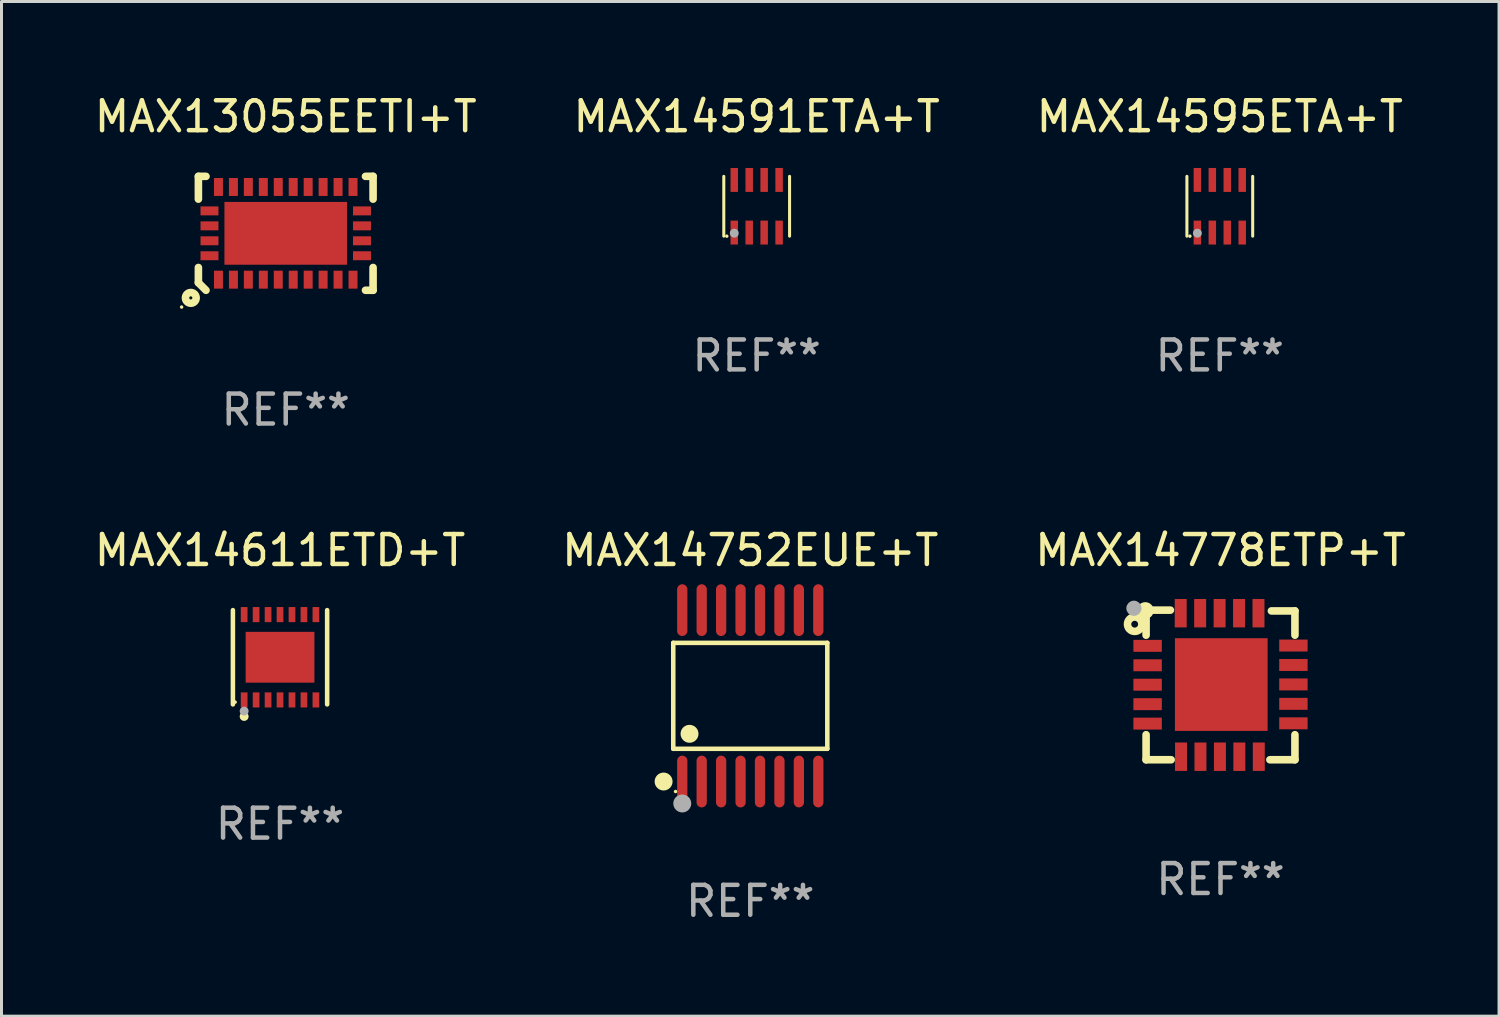
<source format=kicad_pcb>
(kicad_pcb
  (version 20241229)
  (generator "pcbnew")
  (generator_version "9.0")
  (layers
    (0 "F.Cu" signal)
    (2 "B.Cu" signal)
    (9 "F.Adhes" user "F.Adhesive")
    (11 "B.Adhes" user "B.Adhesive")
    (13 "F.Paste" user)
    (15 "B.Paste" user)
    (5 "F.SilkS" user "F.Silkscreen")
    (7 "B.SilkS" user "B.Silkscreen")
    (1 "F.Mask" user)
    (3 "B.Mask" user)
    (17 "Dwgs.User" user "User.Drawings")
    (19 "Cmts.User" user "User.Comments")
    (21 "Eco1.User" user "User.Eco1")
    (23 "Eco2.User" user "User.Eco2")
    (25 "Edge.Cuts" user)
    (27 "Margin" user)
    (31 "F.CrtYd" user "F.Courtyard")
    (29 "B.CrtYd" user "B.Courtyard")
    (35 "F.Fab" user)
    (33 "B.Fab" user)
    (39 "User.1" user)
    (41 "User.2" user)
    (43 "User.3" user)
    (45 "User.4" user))
  (footprint "MAX14611ETD+T"
    (layer "F.Cu")
    (at 6.315 18.931)
    (property "Reference" "MAX14611ETD+T" (at 0 -3.576 0) (layer "F.SilkS") (effects (font (size 1 1) (thickness 0.15))))
    (attr through_hole)
    (fp_line (start -1.576 1.576) (end -1.576 -1.576) (stroke (width 0.152) (type solid)) (layer "F.SilkS"))
    (fp_line (start 1.576 1.576) (end 1.576 -1.576) (stroke (width 0.152) (type solid)) (layer "F.SilkS"))
    (fp_circle (center -1.5 1.5) (end -1.47 1.5) (stroke (width 0.06) (type solid)) (fill no) (layer "F.SilkS"))
    (fp_circle (center -1.2 1.98) (end -1.125 1.98) (stroke (width 0.15) (type solid)) (fill no) (layer "F.SilkS"))
    (fp_circle (center -1.2 1.8) (end -1.125 1.8) (stroke (width 0.15) (type solid)) (fill no) (layer "F.Fab"))
    (fp_text user "REF**" (at 0 5.576 0) (layer "F.Fab") (effects (font (size 1 1) (thickness 0.15))))
    (pad "1" smd rect (at -1.2 1.427) (size 0.224 0.505) (layers "F.Cu" "F.Mask" "F.Paste"))
    (pad "2" smd rect (at -0.8 1.427) (size 0.224 0.505) (layers "F.Cu" "F.Mask" "F.Paste"))
    (pad "3" smd rect (at -0.4 1.427) (size 0.224 0.505) (layers "F.Cu" "F.Mask" "F.Paste"))
    (pad "4" smd rect (at 0 1.427) (size 0.224 0.505) (layers "F.Cu" "F.Mask" "F.Paste"))
    (pad "5" smd rect (at 0.4 1.427) (size 0.224 0.505) (layers "F.Cu" "F.Mask" "F.Paste"))
    (pad "6" smd rect (at 0.8 1.427) (size 0.224 0.505) (layers "F.Cu" "F.Mask" "F.Paste"))
    (pad "7" smd rect (at 1.2 1.427) (size 0.224 0.505) (layers "F.Cu" "F.Mask" "F.Paste"))
    (pad "8" smd rect (at 1.2 -1.427) (size 0.224 0.505) (layers "F.Cu" "F.Mask" "F.Paste"))
    (pad "9" smd rect (at 0.8 -1.427) (size 0.224 0.505) (layers "F.Cu" "F.Mask" "F.Paste"))
    (pad "10" smd rect (at 0.4 -1.427) (size 0.224 0.505) (layers "F.Cu" "F.Mask" "F.Paste"))
    (pad "11" smd rect (at 0 -1.427) (size 0.224 0.505) (layers "F.Cu" "F.Mask" "F.Paste"))
    (pad "12" smd rect (at -0.4 -1.427) (size 0.224 0.505) (layers "F.Cu" "F.Mask" "F.Paste"))
    (pad "13" smd rect (at -0.8 -1.427) (size 0.224 0.505) (layers "F.Cu" "F.Mask" "F.Paste"))
    (pad "14" smd rect (at -1.2 -1.427) (size 0.224 0.505) (layers "F.Cu" "F.Mask" "F.Paste"))
    (pad "15" smd rect (at 0 0) (size 2.3 1.7) (layers "F.Cu" "F.Mask" "F.Paste")))
  (footprint "MAX14591ETA+T"
    (layer "F.Cu")
    (at 22.256 3.848)
    (property "Reference" "MAX14591ETA+T" (at 0 -3 0) (layer "F.SilkS") (effects (font (size 1 1) (thickness 0.15))))
    (attr through_hole)
    (fp_line (start -1.1 1) (end -1.1 -1) (stroke (width 0.102) (type solid)) (layer "F.SilkS"))
    (fp_line (start 1.1 1) (end 1.1 -1) (stroke (width 0.102) (type solid)) (layer "F.SilkS"))
    (fp_circle (center -1 1) (end -0.97 1) (stroke (width 0.06) (type solid)) (fill no) (layer "F.SilkS"))
    (fp_circle (center -0.75 0.9) (end -0.675 0.9) (stroke (width 0.15) (type solid)) (fill no) (layer "F.Fab"))
    (fp_text user "REF**" (at 0 5 0) (layer "F.Fab") (effects (font (size 1 1) (thickness 0.15))))
    (pad "1" smd rect (at -0.75 0.88) (size 0.25 0.8) (layers "F.Cu" "F.Mask" "F.Paste"))
    (pad "2" smd rect (at -0.25 0.88) (size 0.25 0.8) (layers "F.Cu" "F.Mask" "F.Paste"))
    (pad "3" smd rect (at 0.25 0.88) (size 0.25 0.8) (layers "F.Cu" "F.Mask" "F.Paste"))
    (pad "4" smd rect (at 0.75 0.88) (size 0.25 0.8) (layers "F.Cu" "F.Mask" "F.Paste"))
    (pad "5" smd rect (at 0.75 -0.88) (size 0.25 0.8) (layers "F.Cu" "F.Mask" "F.Paste"))
    (pad "6" smd rect (at 0.25 -0.88) (size 0.25 0.8) (layers "F.Cu" "F.Mask" "F.Paste"))
    (pad "7" smd rect (at -0.25 -0.88) (size 0.25 0.8) (layers "F.Cu" "F.Mask" "F.Paste"))
    (pad "8" smd rect (at -0.75 -0.88) (size 0.25 0.8) (layers "F.Cu" "F.Mask" "F.Paste")))
  (footprint "MAX13055EETI+T"
    (layer "F.Cu")
    (at 6.506 4.753)
    (property "Reference" "MAX13055EETI+T" (at 0 -3.905 0) (layer "F.SilkS") (effects (font (size 1 1) (thickness 0.15))))
    (attr through_hole)
    (fp_line (start -2.921 -1.905) (end -2.667 -1.905) (stroke (width 0.254) (type solid)) (layer "F.SilkS"))
    (fp_line (start -2.921 -1.143) (end -2.921 -1.905) (stroke (width 0.254) (type solid)) (layer "F.SilkS"))
    (fp_line (start -2.921 1.143) (end -2.921 1.651) (stroke (width 0.254) (type solid)) (layer "F.SilkS"))
    (fp_line (start -2.921 1.651) (end -2.667 1.905) (stroke (width 0.254) (type solid)) (layer "F.SilkS"))
    (fp_line (start 2.667 -1.905) (end 2.921 -1.905) (stroke (width 0.254) (type solid)) (layer "F.SilkS"))
    (fp_line (start 2.921 -1.905) (end 2.921 -1.143) (stroke (width 0.254) (type solid)) (layer "F.SilkS"))
    (fp_line (start 2.921 1.143) (end 2.921 1.905) (stroke (width 0.254) (type solid)) (layer "F.SilkS"))
    (fp_line (start 2.921 1.905) (end 2.667 1.905) (stroke (width 0.254) (type solid)) (layer "F.SilkS"))
    (fp_circle (center -3.482 2.466) (end -3.452 2.466) (stroke (width 0.06) (type solid)) (fill no) (layer "F.SilkS"))
    (fp_circle (center -3.175 2.159) (end -2.996 2.159) (stroke (width 0.254) (type solid)) (fill no) (layer "F.SilkS"))
    (fp_text user "REF**" (at 0 5.905 0) (layer "F.Fab") (effects (font (size 1 1) (thickness 0.15))))
    (pad "1" smd rect (at -2.25 1.55) (size 0.3 0.6) (layers "F.Cu" "F.Mask" "F.Paste"))
    (pad "2" smd rect (at -1.75 1.55) (size 0.3 0.6) (layers "F.Cu" "F.Mask" "F.Paste"))
    (pad "3" smd rect (at -1.25 1.55) (size 0.3 0.6) (layers "F.Cu" "F.Mask" "F.Paste"))
    (pad "4" smd rect (at -0.75 1.55) (size 0.3 0.6) (layers "F.Cu" "F.Mask" "F.Paste"))
    (pad "5" smd rect (at -0.25 1.55) (size 0.3 0.6) (layers "F.Cu" "F.Mask" "F.Paste"))
    (pad "6" smd rect (at 0.25 1.55) (size 0.3 0.6) (layers "F.Cu" "F.Mask" "F.Paste"))
    (pad "7" smd rect (at 0.75 1.55) (size 0.3 0.6) (layers "F.Cu" "F.Mask" "F.Paste"))
    (pad "8" smd rect (at 1.25 1.55) (size 0.3 0.6) (layers "F.Cu" "F.Mask" "F.Paste"))
    (pad "9" smd rect (at 1.75 1.55) (size 0.3 0.6) (layers "F.Cu" "F.Mask" "F.Paste"))
    (pad "10" smd rect (at 2.25 1.55) (size 0.3 0.6) (layers "F.Cu" "F.Mask" "F.Paste"))
    (pad "11" smd rect (at 2.55 0.75 90) (size 0.3 0.6) (layers "F.Cu" "F.Mask" "F.Paste"))
    (pad "12" smd rect (at 2.55 0.25 90) (size 0.3 0.6) (layers "F.Cu" "F.Mask" "F.Paste"))
    (pad "13" smd rect (at 2.55 -0.25 90) (size 0.3 0.6) (layers "F.Cu" "F.Mask" "F.Paste"))
    (pad "14" smd rect (at 2.55 -0.75 90) (size 0.3 0.6) (layers "F.Cu" "F.Mask" "F.Paste"))
    (pad "15" smd rect (at 2.25 -1.55) (size 0.3 0.6) (layers "F.Cu" "F.Mask" "F.Paste"))
    (pad "16" smd rect (at 1.75 -1.55) (size 0.3 0.6) (layers "F.Cu" "F.Mask" "F.Paste"))
    (pad "17" smd rect (at 1.25 -1.55) (size 0.3 0.6) (layers "F.Cu" "F.Mask" "F.Paste"))
    (pad "18" smd rect (at 0.75 -1.55) (size 0.3 0.6) (layers "F.Cu" "F.Mask" "F.Paste"))
    (pad "19" smd rect (at 0.25 -1.55) (size 0.3 0.6) (layers "F.Cu" "F.Mask" "F.Paste"))
    (pad "20" smd rect (at -0.25 -1.55) (size 0.3 0.6) (layers "F.Cu" "F.Mask" "F.Paste"))
    (pad "21" smd rect (at -0.75 -1.55) (size 0.3 0.6) (layers "F.Cu" "F.Mask" "F.Paste"))
    (pad "22" smd rect (at -1.25 -1.55) (size 0.3 0.6) (layers "F.Cu" "F.Mask" "F.Paste"))
    (pad "23" smd rect (at -1.75 -1.55) (size 0.3 0.6) (layers "F.Cu" "F.Mask" "F.Paste"))
    (pad "24" smd rect (at -2.25 -1.55) (size 0.3 0.6) (layers "F.Cu" "F.Mask" "F.Paste"))
    (pad "25" smd rect (at -2.55 -0.75 270) (size 0.3 0.6) (layers "F.Cu" "F.Mask" "F.Paste"))
    (pad "26" smd rect (at -2.55 -0.25 270) (size 0.3 0.6) (layers "F.Cu" "F.Mask" "F.Paste"))
    (pad "27" smd rect (at -2.55 0.25 270) (size 0.3 0.6) (layers "F.Cu" "F.Mask" "F.Paste"))
    (pad "28" smd rect (at -2.55 0.75 270) (size 0.3 0.6) (layers "F.Cu" "F.Mask" "F.Paste"))
    (pad "29" smd rect (at -0.000076 0.000102 270) (size 2.1 4.1) (layers "F.Cu" "F.Mask" "F.Paste")))
  (footprint "MAX14595ETA+T"
    (layer "F.Cu")
    (at 37.744 3.848)
    (property "Reference" "MAX14595ETA+T" (at 0 -3 0) (layer "F.SilkS") (effects (font (size 1 1) (thickness 0.15))))
    (attr through_hole)
    (fp_line (start -1.1 1) (end -1.1 -1) (stroke (width 0.102) (type solid)) (layer "F.SilkS"))
    (fp_line (start 1.1 1) (end 1.1 -1) (stroke (width 0.102) (type solid)) (layer "F.SilkS"))
    (fp_circle (center -1 1) (end -0.97 1) (stroke (width 0.06) (type solid)) (fill no) (layer "F.SilkS"))
    (fp_circle (center -0.75 0.9) (end -0.675 0.9) (stroke (width 0.15) (type solid)) (fill no) (layer "F.Fab"))
    (fp_text user "REF**" (at 0 5 0) (layer "F.Fab") (effects (font (size 1 1) (thickness 0.15))))
    (pad "1" smd rect (at -0.75 0.88) (size 0.25 0.8) (layers "F.Cu" "F.Mask" "F.Paste"))
    (pad "2" smd rect (at -0.25 0.88) (size 0.25 0.8) (layers "F.Cu" "F.Mask" "F.Paste"))
    (pad "3" smd rect (at 0.25 0.88) (size 0.25 0.8) (layers "F.Cu" "F.Mask" "F.Paste"))
    (pad "4" smd rect (at 0.75 0.88) (size 0.25 0.8) (layers "F.Cu" "F.Mask" "F.Paste"))
    (pad "5" smd rect (at 0.75 -0.88) (size 0.25 0.8) (layers "F.Cu" "F.Mask" "F.Paste"))
    (pad "6" smd rect (at 0.25 -0.88) (size 0.25 0.8) (layers "F.Cu" "F.Mask" "F.Paste"))
    (pad "7" smd rect (at -0.25 -0.88) (size 0.25 0.8) (layers "F.Cu" "F.Mask" "F.Paste"))
    (pad "8" smd rect (at -0.75 -0.88) (size 0.25 0.8) (layers "F.Cu" "F.Mask" "F.Paste")))
  (footprint "MAX14752EUE+T"
    (layer "F.Cu")
    (at 22.042 20.221)
    (property "Reference" "MAX14752EUE+T" (at 0 -4.866 0) (layer "F.SilkS") (effects (font (size 1 1) (thickness 0.15))))
    (attr through_hole)
    (fp_line (start -2.576 -1.772) (end 2.576 -1.772) (stroke (width 0.152) (type solid)) (layer "F.SilkS"))
    (fp_line (start -2.576 1.771) (end -2.576 -1.772) (stroke (width 0.152) (type solid)) (layer "F.SilkS"))
    (fp_line (start 2.576 -1.772) (end 2.576 1.771) (stroke (width 0.152) (type solid)) (layer "F.SilkS"))
    (fp_line (start 2.576 1.771) (end -2.576 1.771) (stroke (width 0.152) (type solid)) (layer "F.SilkS"))
    (fp_circle (center -2.899 2.866) (end -2.749 2.866) (stroke (width 0.3) (type solid)) (fill no) (layer "F.SilkS"))
    (fp_circle (center -2.5 3.2) (end -2.47 3.2) (stroke (width 0.06) (type solid)) (fill no) (layer "F.SilkS"))
    (fp_circle (center -2.032 1.27) (end -1.882 1.27) (stroke (width 0.3) (type solid)) (fill no) (layer "F.SilkS"))
    (fp_circle (center -2.275 3.6) (end -2.125 3.6) (stroke (width 0.3) (type solid)) (fill no) (layer "F.Fab"))
    (fp_text user "REF**" (at 0 6.866 0) (layer "F.Fab") (effects (font (size 1 1) (thickness 0.15))))
    (pad "1" smd oval (at -2.275 2.866) (size 0.343 1.731) (layers "F.Cu" "F.Mask" "F.Paste"))
    (pad "2" smd oval (at -1.625 2.866) (size 0.343 1.731) (layers "F.Cu" "F.Mask" "F.Paste"))
    (pad "3" smd oval (at -0.975 2.866) (size 0.343 1.731) (layers "F.Cu" "F.Mask" "F.Paste"))
    (pad "4" smd oval (at -0.325 2.866) (size 0.343 1.731) (layers "F.Cu" "F.Mask" "F.Paste"))
    (pad "5" smd oval (at 0.325 2.866) (size 0.343 1.731) (layers "F.Cu" "F.Mask" "F.Paste"))
    (pad "6" smd oval (at 0.975 2.866) (size 0.343 1.731) (layers "F.Cu" "F.Mask" "F.Paste"))
    (pad "7" smd oval (at 1.625 2.866) (size 0.343 1.731) (layers "F.Cu" "F.Mask" "F.Paste"))
    (pad "8" smd oval (at 2.275 2.866) (size 0.343 1.731) (layers "F.Cu" "F.Mask" "F.Paste"))
    (pad "9" smd oval (at 2.275 -2.866) (size 0.343 1.731) (layers "F.Cu" "F.Mask" "F.Paste"))
    (pad "10" smd oval (at 1.625 -2.866) (size 0.343 1.731) (layers "F.Cu" "F.Mask" "F.Paste"))
    (pad "11" smd oval (at 0.975 -2.866) (size 0.343 1.731) (layers "F.Cu" "F.Mask" "F.Paste"))
    (pad "12" smd oval (at 0.325 -2.866) (size 0.343 1.731) (layers "F.Cu" "F.Mask" "F.Paste"))
    (pad "13" smd oval (at -0.325 -2.866) (size 0.343 1.731) (layers "F.Cu" "F.Mask" "F.Paste"))
    (pad "14" smd oval (at -0.975 -2.866) (size 0.343 1.731) (layers "F.Cu" "F.Mask" "F.Paste"))
    (pad "15" smd oval (at -1.625 -2.866) (size 0.343 1.731) (layers "F.Cu" "F.Mask" "F.Paste"))
    (pad "16" smd oval (at -2.275 -2.866) (size 0.343 1.731) (layers "F.Cu" "F.Mask" "F.Paste")))
  (footprint "MAX14778ETP+T"
    (layer "F.Cu")
    (at 37.768 19.857)
    (property "Reference" "MAX14778ETP+T" (at 0 -4.502 0) (layer "F.SilkS") (effects (font (size 1 1) (thickness 0.15))))
    (attr through_hole)
    (fp_line (start -2.489 -2.502) (end -2.489 -2.476) (stroke (width 0.254) (type solid)) (layer "F.SilkS"))
    (fp_line (start -2.489 -2.476) (end -2.489 -1.664) (stroke (width 0.254) (type solid)) (layer "F.SilkS"))
    (fp_line (start -2.489 2.502) (end -2.489 1.664) (stroke (width 0.254) (type solid)) (layer "F.SilkS"))
    (fp_line (start -2.464 -2.502) (end -2.489 -2.502) (stroke (width 0.254) (type solid)) (layer "F.SilkS"))
    (fp_line (start -1.676 -2.502) (end -2.464 -2.502) (stroke (width 0.254) (type solid)) (layer "F.SilkS"))
    (fp_line (start -1.651 2.502) (end -2.489 2.502) (stroke (width 0.254) (type solid)) (layer "F.SilkS"))
    (fp_line (start 2.489 -2.476) (end 1.702 -2.476) (stroke (width 0.254) (type solid)) (layer "F.SilkS"))
    (fp_line (start 2.489 -1.664) (end 2.489 -2.476) (stroke (width 0.254) (type solid)) (layer "F.SilkS"))
    (fp_line (start 2.489 1.664) (end 2.489 2.502) (stroke (width 0.254) (type solid)) (layer "F.SilkS"))
    (fp_line (start 2.489 2.502) (end 1.651 2.502) (stroke (width 0.254) (type solid)) (layer "F.SilkS"))
    (fp_circle (center -2.87 -2.032) (end -2.756 -2.032) (stroke (width 0.254) (type solid)) (fill no) (layer "F.SilkS"))
    (fp_circle (center -2.515 -2.489) (end -2.489 -2.489) (stroke (width 0.254) (type solid)) (fill no) (layer "F.SilkS"))
    (fp_circle (center -2.896 -2.565) (end -2.769 -2.565) (stroke (width 0.254) (type solid)) (fill no) (layer "F.Fab"))
    (fp_text user "REF**" (at 0 6.502 0) (layer "F.Fab") (effects (font (size 1 1) (thickness 0.15))))
    (pad "1" smd rect (at -2.438 -1.308 270) (size 0.4 0.95) (layers "F.Cu" "F.Mask" "F.Paste"))
    (pad "2" smd rect (at -2.438 -0.658 270) (size 0.4 0.95) (layers "F.Cu" "F.Mask" "F.Paste"))
    (pad "3" smd rect (at -2.438 -0.008 270) (size 0.4 0.95) (layers "F.Cu" "F.Mask" "F.Paste"))
    (pad "4" smd rect (at -2.438 0.643 270) (size 0.4 0.95) (layers "F.Cu" "F.Mask" "F.Paste"))
    (pad "5" smd rect (at -2.438 1.293 270) (size 0.4 0.95) (layers "F.Cu" "F.Mask" "F.Paste"))
    (pad "6" smd rect (at -1.321 2.4) (size 0.4 0.95) (layers "F.Cu" "F.Mask" "F.Paste"))
    (pad "7" smd rect (at -0.671 2.4) (size 0.4 0.95) (layers "F.Cu" "F.Mask" "F.Paste"))
    (pad "8" smd rect (at -0.02 2.4) (size 0.4 0.95) (layers "F.Cu" "F.Mask" "F.Paste"))
    (pad "9" smd rect (at 0.63 2.4) (size 0.4 0.95) (layers "F.Cu" "F.Mask" "F.Paste"))
    (pad "10" smd rect (at 1.28 2.4) (size 0.4 0.95) (layers "F.Cu" "F.Mask" "F.Paste"))
    (pad "11" smd rect (at 2.438 1.283 90) (size 0.4 0.95) (layers "F.Cu" "F.Mask" "F.Paste"))
    (pad "12" smd rect (at 2.438 0.632 90) (size 0.4 0.95) (layers "F.Cu" "F.Mask" "F.Paste"))
    (pad "13" smd rect (at 2.438 -0.018 90) (size 0.4 0.95) (layers "F.Cu" "F.Mask" "F.Paste"))
    (pad "14" smd rect (at 2.438 -0.668 90) (size 0.4 0.95) (layers "F.Cu" "F.Mask" "F.Paste"))
    (pad "15" smd rect (at 2.438 -1.318 90) (size 0.4 0.95) (layers "F.Cu" "F.Mask" "F.Paste"))
    (pad "16" smd rect (at 1.27 -2.4 180) (size 0.4 0.95) (layers "F.Cu" "F.Mask" "F.Paste"))
    (pad "17" smd rect (at 0.62 -2.4 180) (size 0.4 0.95) (layers "F.Cu" "F.Mask" "F.Paste"))
    (pad "18" smd rect (at -0.03 -2.4 180) (size 0.4 0.95) (layers "F.Cu" "F.Mask" "F.Paste"))
    (pad "19" smd rect (at -0.681 -2.4 180) (size 0.4 0.95) (layers "F.Cu" "F.Mask" "F.Paste"))
    (pad "20" smd rect (at -1.331 -2.4 180) (size 0.4 0.95) (layers "F.Cu" "F.Mask" "F.Paste"))
    (pad "21" smd rect (at 0.025 -0.013 180) (size 3.1 3.1) (layers "F.Cu" "F.Mask" "F.Paste")))
  (gr_rect
    (start -3 -3)
    (end 47.083 30.935)
    (stroke (width 0.1) (type default))
    (fill no)
    (layer "Edge.Cuts")))
</source>
